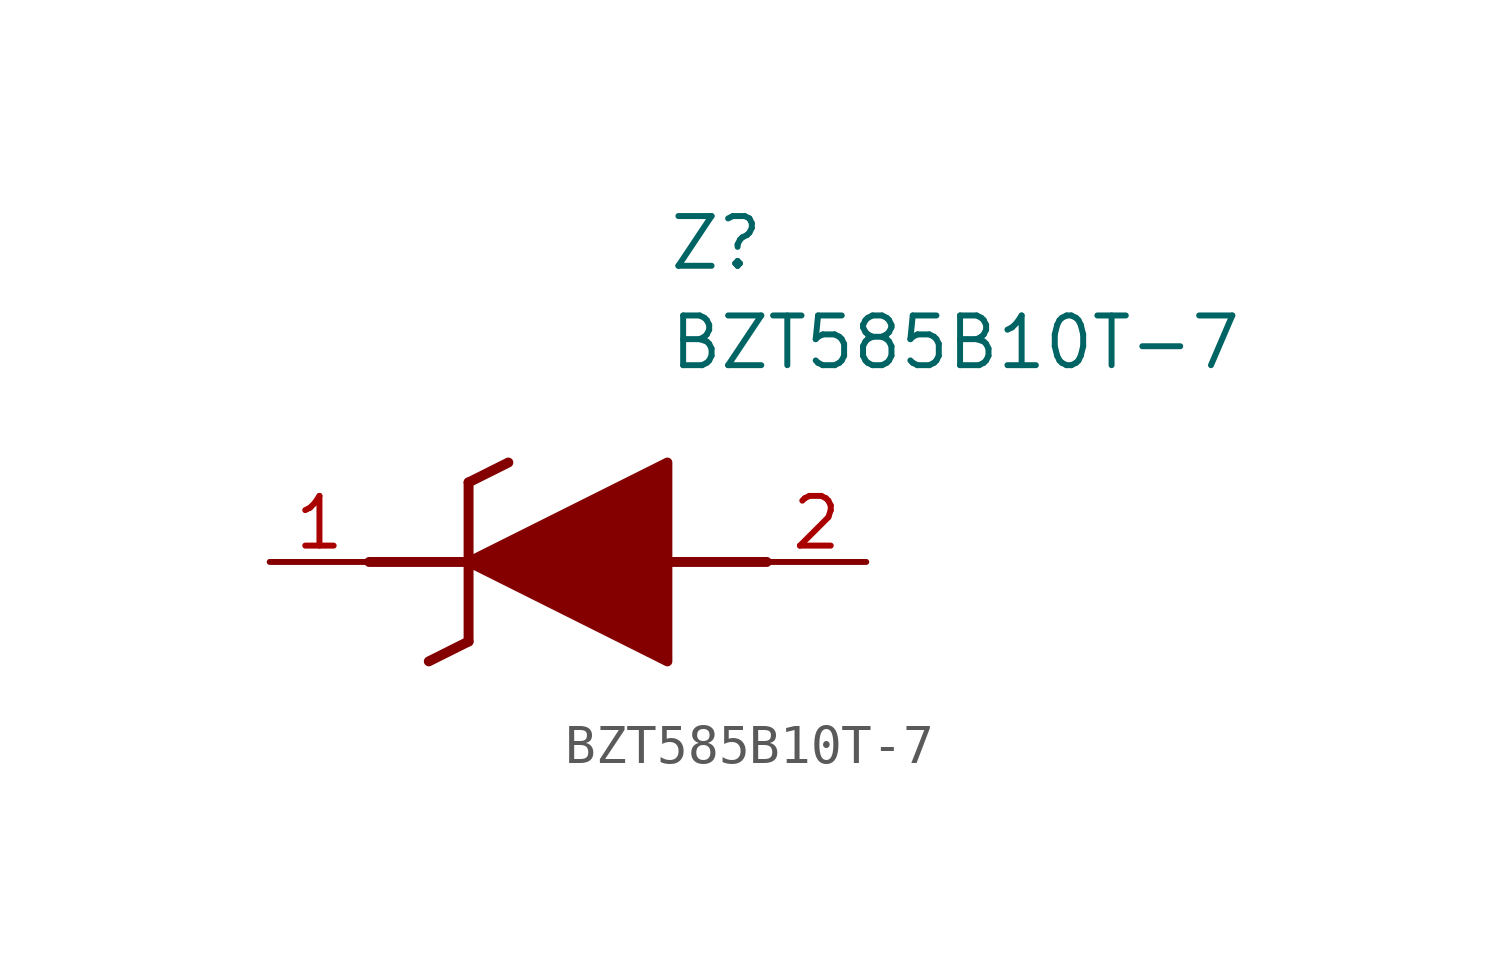
<source format=kicad_sym>
(kicad_symbol_lib
  (version 20211014)
  (generator SamacSys_ECAD_Model)
  (symbol "BZT585B10T-7"
    (pin_names hide)
    (property "Reference" "Z"
      (at 10.16 8.89 0)
      (effects (font (size 1.27 1.27)) (justify left top)))
    (property "Value" "BZT585B10T-7"
      (at 10.16 6.35 0)
      (effects (font (size 1.27 1.27)) (justify left top)))
    (polyline
      (pts (xy 5.08 2.032) (xy 5.08 -2.032))
      (stroke (width 0.254) (type default))
      (fill (type none)))
    (polyline
      (pts (xy 5.08 2.032) (xy 6.096 2.54))
      (stroke (width 0.254) (type default))
      (fill (type none)))
    (polyline
      (pts (xy 4.064 -2.54) (xy 5.08 -2.032))
      (stroke (width 0.254) (type default))
      (fill (type none)))
    (polyline
      (pts (xy 2.54 0) (xy 5.08 0))
      (stroke (width 0.254) (type default))
      (fill (type none)))
    (polyline
      (pts (xy 12.7 0) (xy 10.16 0))
      (stroke (width 0.254) (type default))
      (fill (type none)))
    (polyline
      (pts (xy 5.08 0) (xy 10.16 2.54) (xy 10.16 -2.54) (xy 5.08 0))
      (stroke (width 0.254) (type default))
      (fill (type outline)))
    (pin passive line
      (at 0 0 0)
      (length 2.54)
      (name "K" (effects (font (size 1.27 1.27))))
      (number "1" (effects (font (size 1.27 1.27)))))
    (pin passive line
      (at 15.24 0 180)
      (length 2.54)
      (name "A" (effects (font (size 1.27 1.27))))
      (number "2" (effects (font (size 1.27 1.27)))))))
</source>
